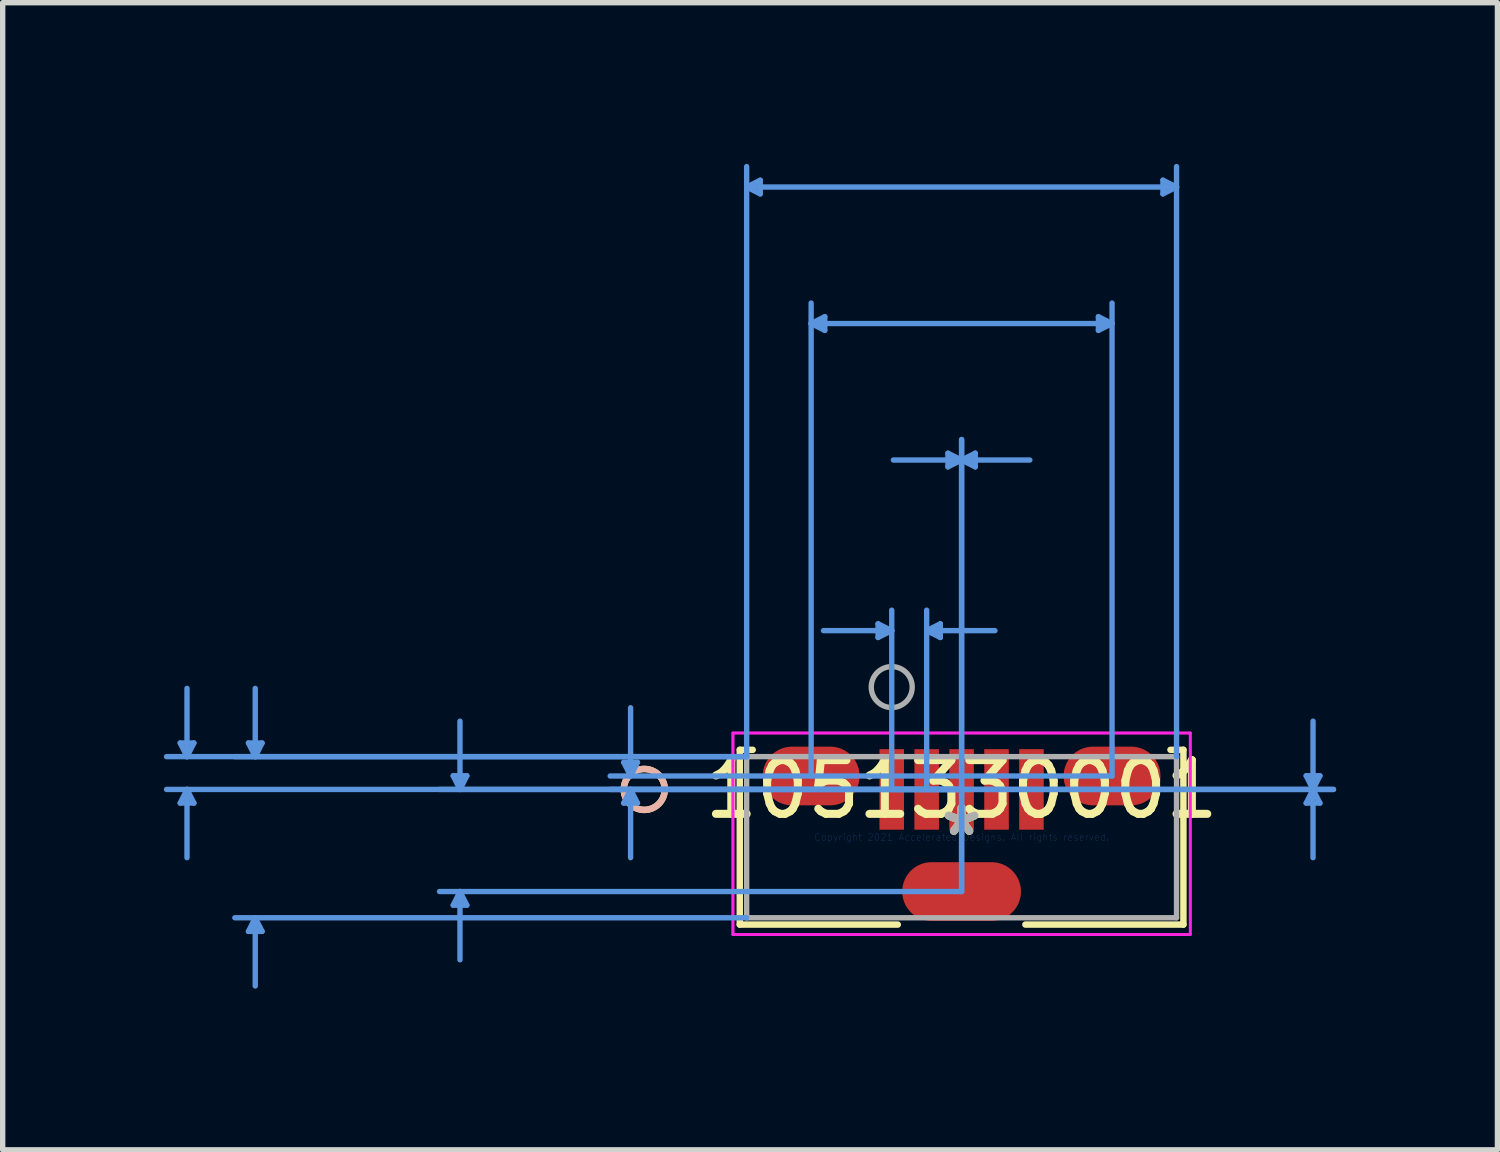
<source format=kicad_pcb>
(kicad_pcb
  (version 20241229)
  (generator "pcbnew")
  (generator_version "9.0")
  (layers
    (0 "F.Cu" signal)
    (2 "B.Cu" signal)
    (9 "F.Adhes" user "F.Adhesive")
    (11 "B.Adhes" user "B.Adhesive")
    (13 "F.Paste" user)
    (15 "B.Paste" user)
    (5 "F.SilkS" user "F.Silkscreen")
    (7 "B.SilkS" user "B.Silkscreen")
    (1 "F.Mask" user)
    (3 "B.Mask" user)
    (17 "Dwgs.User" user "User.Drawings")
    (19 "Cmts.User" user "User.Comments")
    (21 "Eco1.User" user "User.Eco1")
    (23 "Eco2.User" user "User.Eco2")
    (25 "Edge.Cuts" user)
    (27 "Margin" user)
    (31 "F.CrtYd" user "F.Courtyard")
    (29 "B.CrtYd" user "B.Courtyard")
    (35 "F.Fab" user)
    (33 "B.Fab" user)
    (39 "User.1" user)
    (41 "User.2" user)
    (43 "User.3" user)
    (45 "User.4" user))
  (footprint "1051330001"
    (layer "F.Cu")
    (at 14.845 12.53)
    (property "Reference" "1051330001" (at 0 -0.889 0) (layer "F.SilkS") (effects (font (size 1 1) (thickness 0.15))))
    (attr through_hole)
    (fp_line (start -4.128 -1.626) (end -4.128 1.626) (stroke (width 0.12) (type solid)) (layer "F.SilkS"))
    (fp_line (start -4.128 1.626) (end -1.187 1.626) (stroke (width 0.12) (type solid)) (layer "F.SilkS"))
    (fp_line (start -3.887 -1.626) (end -4.128 -1.626) (stroke (width 0.12) (type solid)) (layer "F.SilkS"))
    (fp_line (start 1.187 1.626) (end 4.128 1.626) (stroke (width 0.12) (type solid)) (layer "F.SilkS"))
    (fp_line (start 4.128 -1.626) (end 3.887 -1.626) (stroke (width 0.12) (type solid)) (layer "F.SilkS"))
    (fp_line (start 4.128 1.626) (end 4.128 -1.626) (stroke (width 0.12) (type solid)) (layer "F.SilkS"))
    (fp_circle (center -5.905 -0.889) (end -5.524 -0.889) (stroke (width 0.12) (type solid)) (fill no) (layer "F.SilkS"))
    (fp_circle (center -5.905 -0.889) (end -5.524 -0.889) (stroke (width 0.12) (type solid)) (fill no) (layer "B.SilkS"))
    (fp_line (start -14.541 -1.753) (end -14.287 -1.753) (stroke (width 0.1) (type solid)) (layer "Cmts.User"))
    (fp_line (start -14.541 -0.635) (end -14.287 -0.635) (stroke (width 0.1) (type solid)) (layer "Cmts.User"))
    (fp_line (start -14.415 -1.499) (end -14.541 -1.753) (stroke (width 0.1) (type solid)) (layer "Cmts.User"))
    (fp_line (start -14.415 -1.499) (end -14.415 -2.769) (stroke (width 0.1) (type solid)) (layer "Cmts.User"))
    (fp_line (start -14.415 -1.499) (end -14.287 -1.753) (stroke (width 0.1) (type solid)) (layer "Cmts.User"))
    (fp_line (start -14.415 -0.889) (end -14.541 -0.635) (stroke (width 0.1) (type solid)) (layer "Cmts.User"))
    (fp_line (start -14.415 -0.889) (end -14.415 0.381) (stroke (width 0.1) (type solid)) (layer "Cmts.User"))
    (fp_line (start -14.415 -0.889) (end -14.287 -0.635) (stroke (width 0.1) (type solid)) (layer "Cmts.User"))
    (fp_line (start -13.271 -1.753) (end -13.018 -1.753) (stroke (width 0.1) (type solid)) (layer "Cmts.User"))
    (fp_line (start -13.271 1.753) (end -13.018 1.753) (stroke (width 0.1) (type solid)) (layer "Cmts.User"))
    (fp_line (start -13.145 -1.499) (end -13.271 -1.753) (stroke (width 0.1) (type solid)) (layer "Cmts.User"))
    (fp_line (start -13.145 -1.499) (end -13.145 -2.769) (stroke (width 0.1) (type solid)) (layer "Cmts.User"))
    (fp_line (start -13.145 -1.499) (end -13.018 -1.753) (stroke (width 0.1) (type solid)) (layer "Cmts.User"))
    (fp_line (start -13.145 1.499) (end -13.271 1.753) (stroke (width 0.1) (type solid)) (layer "Cmts.User"))
    (fp_line (start -13.145 1.499) (end -13.145 2.769) (stroke (width 0.1) (type solid)) (layer "Cmts.User"))
    (fp_line (start -13.145 1.499) (end -13.018 1.753) (stroke (width 0.1) (type solid)) (layer "Cmts.User"))
    (fp_line (start -9.461 -1.143) (end -9.207 -1.143) (stroke (width 0.1) (type solid)) (layer "Cmts.User"))
    (fp_line (start -9.461 1.265) (end -9.207 1.265) (stroke (width 0.1) (type solid)) (layer "Cmts.User"))
    (fp_line (start -9.335 -0.889) (end -9.461 -1.143) (stroke (width 0.1) (type solid)) (layer "Cmts.User"))
    (fp_line (start -9.335 -0.889) (end -9.335 -2.159) (stroke (width 0.1) (type solid)) (layer "Cmts.User"))
    (fp_line (start -9.335 -0.889) (end -9.207 -1.143) (stroke (width 0.1) (type solid)) (layer "Cmts.User"))
    (fp_line (start -9.335 1.011) (end -9.461 1.265) (stroke (width 0.1) (type solid)) (layer "Cmts.User"))
    (fp_line (start -9.335 1.011) (end -9.335 2.281) (stroke (width 0.1) (type solid)) (layer "Cmts.User"))
    (fp_line (start -9.335 1.011) (end -9.207 1.265) (stroke (width 0.1) (type solid)) (layer "Cmts.User"))
    (fp_line (start -6.287 -1.393) (end -6.032 -1.393) (stroke (width 0.1) (type solid)) (layer "Cmts.User"))
    (fp_line (start -6.287 -0.635) (end -6.032 -0.635) (stroke (width 0.1) (type solid)) (layer "Cmts.User"))
    (fp_line (start -6.16 -1.139) (end -6.287 -1.393) (stroke (width 0.1) (type solid)) (layer "Cmts.User"))
    (fp_line (start -6.16 -1.139) (end -6.16 -2.409) (stroke (width 0.1) (type solid)) (layer "Cmts.User"))
    (fp_line (start -6.16 -1.139) (end -6.032 -1.393) (stroke (width 0.1) (type solid)) (layer "Cmts.User"))
    (fp_line (start -6.16 -0.889) (end -6.287 -0.635) (stroke (width 0.1) (type solid)) (layer "Cmts.User"))
    (fp_line (start -6.16 -0.889) (end -6.16 0.381) (stroke (width 0.1) (type solid)) (layer "Cmts.User"))
    (fp_line (start -6.16 -0.889) (end -6.032 -0.635) (stroke (width 0.1) (type solid)) (layer "Cmts.User"))
    (fp_line (start -4 -12.099) (end -3.747 -12.226) (stroke (width 0.1) (type solid)) (layer "Cmts.User"))
    (fp_line (start -4 -12.099) (end -3.747 -11.972) (stroke (width 0.1) (type solid)) (layer "Cmts.User"))
    (fp_line (start -4 -12.099) (end 4 -12.099) (stroke (width 0.1) (type solid)) (layer "Cmts.User"))
    (fp_line (start -4 -1.499) (end -14.796 -1.499) (stroke (width 0.1) (type solid)) (layer "Cmts.User"))
    (fp_line (start -4 -1.499) (end -13.525 -1.499) (stroke (width 0.1) (type solid)) (layer "Cmts.User"))
    (fp_line (start -4 -1.499) (end -4 -12.48) (stroke (width 0.1) (type solid)) (layer "Cmts.User"))
    (fp_line (start -4 1.499) (end -13.525 1.499) (stroke (width 0.1) (type solid)) (layer "Cmts.User"))
    (fp_line (start -3.747 -12.226) (end -3.747 -11.972) (stroke (width 0.1) (type solid)) (layer "Cmts.User"))
    (fp_line (start -2.8 -9.559) (end -2.546 -9.686) (stroke (width 0.1) (type solid)) (layer "Cmts.User"))
    (fp_line (start -2.8 -9.559) (end -2.546 -9.432) (stroke (width 0.1) (type solid)) (layer "Cmts.User"))
    (fp_line (start -2.8 -9.559) (end 2.8 -9.559) (stroke (width 0.1) (type solid)) (layer "Cmts.User"))
    (fp_line (start -2.8 -1.139) (end -2.8 -9.94) (stroke (width 0.1) (type solid)) (layer "Cmts.User"))
    (fp_line (start -2.546 -9.686) (end -2.546 -9.432) (stroke (width 0.1) (type solid)) (layer "Cmts.User"))
    (fp_line (start -1.554 -3.971) (end -1.554 -3.717) (stroke (width 0.1) (type solid)) (layer "Cmts.User"))
    (fp_line (start -1.3 -3.844) (end -2.57 -3.844) (stroke (width 0.1) (type solid)) (layer "Cmts.User"))
    (fp_line (start -1.3 -3.844) (end -1.554 -3.971) (stroke (width 0.1) (type solid)) (layer "Cmts.User"))
    (fp_line (start -1.3 -3.844) (end -1.554 -3.717) (stroke (width 0.1) (type solid)) (layer "Cmts.User"))
    (fp_line (start -1.3 -0.889) (end -1.3 -4.225) (stroke (width 0.1) (type solid)) (layer "Cmts.User"))
    (fp_line (start -1.3 -0.889) (end 6.921 -0.889) (stroke (width 0.1) (type solid)) (layer "Cmts.User"))
    (fp_line (start -1.3 -0.889) (end 6.921 -0.889) (stroke (width 0.1) (type solid)) (layer "Cmts.User"))
    (fp_line (start -0.65 -3.844) (end -0.396 -3.971) (stroke (width 0.1) (type solid)) (layer "Cmts.User"))
    (fp_line (start -0.65 -3.844) (end -0.396 -3.717) (stroke (width 0.1) (type solid)) (layer "Cmts.User"))
    (fp_line (start -0.65 -3.844) (end 0.62 -3.844) (stroke (width 0.1) (type solid)) (layer "Cmts.User"))
    (fp_line (start -0.65 -0.889) (end -0.65 -4.225) (stroke (width 0.1) (type solid)) (layer "Cmts.User"))
    (fp_line (start -0.396 -3.971) (end -0.396 -3.717) (stroke (width 0.1) (type solid)) (layer "Cmts.User"))
    (fp_line (start -0.254 -7.146) (end -0.254 -6.892) (stroke (width 0.1) (type solid)) (layer "Cmts.User"))
    (fp_line (start 0 -7.019) (end -1.27 -7.019) (stroke (width 0.1) (type solid)) (layer "Cmts.User"))
    (fp_line (start 0 -7.019) (end -0.254 -7.146) (stroke (width 0.1) (type solid)) (layer "Cmts.User"))
    (fp_line (start 0 -7.019) (end -0.254 -6.892) (stroke (width 0.1) (type solid)) (layer "Cmts.User"))
    (fp_line (start 0 -7.019) (end 0.254 -7.146) (stroke (width 0.1) (type solid)) (layer "Cmts.User"))
    (fp_line (start 0 -7.019) (end 0.254 -6.892) (stroke (width 0.1) (type solid)) (layer "Cmts.User"))
    (fp_line (start 0 -7.019) (end 1.27 -7.019) (stroke (width 0.1) (type solid)) (layer "Cmts.User"))
    (fp_line (start 0 -0.889) (end -14.796 -0.889) (stroke (width 0.1) (type solid)) (layer "Cmts.User"))
    (fp_line (start 0 -0.889) (end -9.716 -0.889) (stroke (width 0.1) (type solid)) (layer "Cmts.User"))
    (fp_line (start 0 -0.889) (end -6.54 -0.889) (stroke (width 0.1) (type solid)) (layer "Cmts.User"))
    (fp_line (start 0 1.011) (end -9.716 1.011) (stroke (width 0.1) (type solid)) (layer "Cmts.User"))
    (fp_line (start 0 1.011) (end 0 -7.4) (stroke (width 0.1) (type solid)) (layer "Cmts.User"))
    (fp_line (start 0 1.011) (end 0 -7.4) (stroke (width 0.1) (type solid)) (layer "Cmts.User"))
    (fp_line (start 0.254 -7.146) (end 0.254 -6.892) (stroke (width 0.1) (type solid)) (layer "Cmts.User"))
    (fp_line (start 2.546 -9.686) (end 2.546 -9.432) (stroke (width 0.1) (type solid)) (layer "Cmts.User"))
    (fp_line (start 2.8 -9.559) (end 2.546 -9.686) (stroke (width 0.1) (type solid)) (layer "Cmts.User"))
    (fp_line (start 2.8 -9.559) (end 2.546 -9.432) (stroke (width 0.1) (type solid)) (layer "Cmts.User"))
    (fp_line (start 2.8 -1.139) (end -6.54 -1.139) (stroke (width 0.1) (type solid)) (layer "Cmts.User"))
    (fp_line (start 2.8 -1.139) (end 2.8 -9.94) (stroke (width 0.1) (type solid)) (layer "Cmts.User"))
    (fp_line (start 3.747 -12.226) (end 3.747 -11.972) (stroke (width 0.1) (type solid)) (layer "Cmts.User"))
    (fp_line (start 4 -12.099) (end 3.747 -12.226) (stroke (width 0.1) (type solid)) (layer "Cmts.User"))
    (fp_line (start 4 -12.099) (end 3.747 -11.972) (stroke (width 0.1) (type solid)) (layer "Cmts.User"))
    (fp_line (start 4 -1.499) (end 4 -12.48) (stroke (width 0.1) (type solid)) (layer "Cmts.User"))
    (fp_line (start 6.413 -1.143) (end 6.668 -1.143) (stroke (width 0.1) (type solid)) (layer "Cmts.User"))
    (fp_line (start 6.413 -0.635) (end 6.668 -0.635) (stroke (width 0.1) (type solid)) (layer "Cmts.User"))
    (fp_line (start 6.54 -0.889) (end 6.413 -1.143) (stroke (width 0.1) (type solid)) (layer "Cmts.User"))
    (fp_line (start 6.54 -0.889) (end 6.413 -0.635) (stroke (width 0.1) (type solid)) (layer "Cmts.User"))
    (fp_line (start 6.54 -0.889) (end 6.54 -2.159) (stroke (width 0.1) (type solid)) (layer "Cmts.User"))
    (fp_line (start 6.54 -0.889) (end 6.54 0.381) (stroke (width 0.1) (type solid)) (layer "Cmts.User"))
    (fp_line (start 6.54 -0.889) (end 6.668 -1.143) (stroke (width 0.1) (type solid)) (layer "Cmts.User"))
    (fp_line (start 6.54 -0.889) (end 6.668 -0.635) (stroke (width 0.1) (type solid)) (layer "Cmts.User"))
    (fp_line (start -4.255 -1.939) (end -4.255 1.811) (stroke (width 0.05) (type solid)) (layer "F.CrtYd"))
    (fp_line (start -4.255 -1.939) (end -4.255 1.811) (stroke (width 0.05) (type solid)) (layer "F.CrtYd"))
    (fp_line (start -4.255 1.811) (end 4.255 1.811) (stroke (width 0.05) (type solid)) (layer "F.CrtYd"))
    (fp_line (start -4.255 1.811) (end 4.255 1.811) (stroke (width 0.05) (type solid)) (layer "F.CrtYd"))
    (fp_line (start 4.255 -1.939) (end -4.255 -1.939) (stroke (width 0.05) (type solid)) (layer "F.CrtYd"))
    (fp_line (start 4.255 -1.939) (end -4.255 -1.939) (stroke (width 0.05) (type solid)) (layer "F.CrtYd"))
    (fp_line (start 4.255 1.811) (end 4.255 -1.939) (stroke (width 0.05) (type solid)) (layer "F.CrtYd"))
    (fp_line (start 4.255 1.811) (end 4.255 -1.939) (stroke (width 0.05) (type solid)) (layer "F.CrtYd"))
    (fp_line (start -4 -1.499) (end -4 1.499) (stroke (width 0.1) (type solid)) (layer "F.Fab"))
    (fp_line (start -4 1.499) (end 4 1.499) (stroke (width 0.1) (type solid)) (layer "F.Fab"))
    (fp_line (start 4 -1.499) (end -4 -1.499) (stroke (width 0.1) (type solid)) (layer "F.Fab"))
    (fp_line (start 4 1.499) (end 4 -1.499) (stroke (width 0.1) (type solid)) (layer "F.Fab"))
    (fp_circle (center -1.3 -2.794) (end -0.919 -2.794) (stroke (width 0.1) (type solid)) (fill no) (layer "F.Fab"))
    (fp_text user "*" (at 0 0 0) (layer "F.SilkS") (effects (font (size 1 1) (thickness 0.15))))
    (fp_text user "Copyright 2021 Accelerated Designs. All rights reserved." (at 0 0 0) (layer "Cmts.User") (effects (font (size 0.127 0.127) (thickness 0.002))))
    (fp_text user "*" (at 0 0 0) (layer "F.Fab") (effects (font (size 1 1) (thickness 0.15))))
    (pad "1" smd rect (at -1.3 -0.889) (size 0.457 1.499) (layers "F.Cu" "F.Mask" "F.Paste"))
    (pad "2" smd rect (at -0.65 -0.889) (size 0.457 1.499) (layers "F.Cu" "F.Mask" "F.Paste"))
    (pad "3" smd rect (at 0 -0.889) (size 0.457 1.499) (layers "F.Cu" "F.Mask" "F.Paste"))
    (pad "4" smd rect (at 0.65 -0.889) (size 0.457 1.499) (layers "F.Cu" "F.Mask" "F.Paste"))
    (pad "5" smd rect (at 1.3 -0.889) (size 0.457 1.499) (layers "F.Cu" "F.Mask" "F.Paste"))
    (pad "6" smd oval (at -2.8 -1.139) (size 1.803 1.092) (layers "F.Cu" "F.Mask" "F.Paste"))
    (pad "7" smd oval (at 2.8 -1.139) (size 1.803 1.092) (layers "F.Cu" "F.Mask" "F.Paste"))
    (pad "8" smd oval (at 0 1.011) (size 2.21 1.092) (layers "F.Cu" "F.Mask" "F.Paste")))
  (gr_rect
    (start -3 -3)
    (end 24.817 18.348)
    (stroke (width 0.1) (type default))
    (fill no)
    (layer "Edge.Cuts")))
</source>
